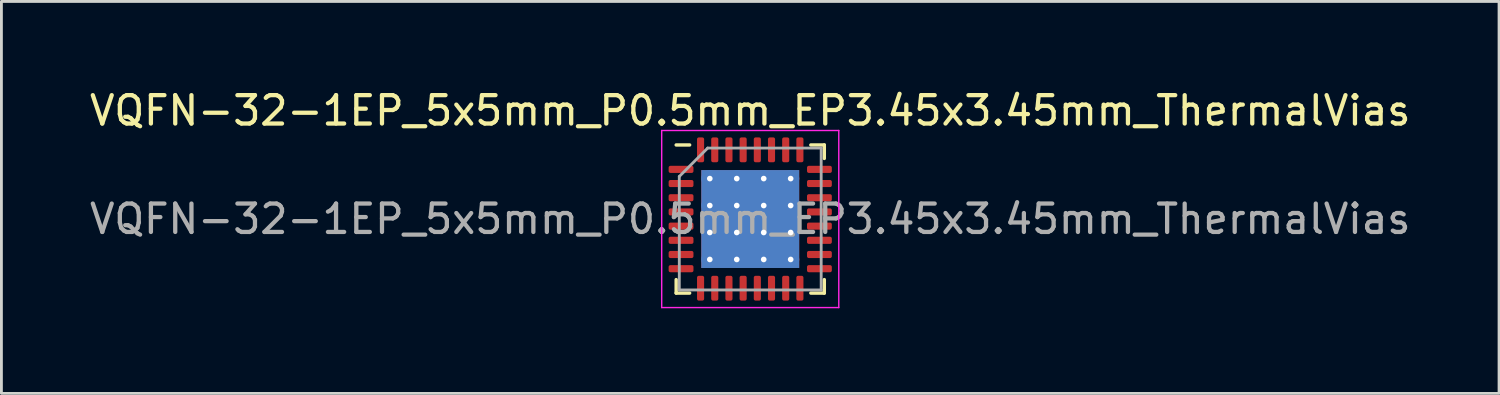
<source format=kicad_pcb>
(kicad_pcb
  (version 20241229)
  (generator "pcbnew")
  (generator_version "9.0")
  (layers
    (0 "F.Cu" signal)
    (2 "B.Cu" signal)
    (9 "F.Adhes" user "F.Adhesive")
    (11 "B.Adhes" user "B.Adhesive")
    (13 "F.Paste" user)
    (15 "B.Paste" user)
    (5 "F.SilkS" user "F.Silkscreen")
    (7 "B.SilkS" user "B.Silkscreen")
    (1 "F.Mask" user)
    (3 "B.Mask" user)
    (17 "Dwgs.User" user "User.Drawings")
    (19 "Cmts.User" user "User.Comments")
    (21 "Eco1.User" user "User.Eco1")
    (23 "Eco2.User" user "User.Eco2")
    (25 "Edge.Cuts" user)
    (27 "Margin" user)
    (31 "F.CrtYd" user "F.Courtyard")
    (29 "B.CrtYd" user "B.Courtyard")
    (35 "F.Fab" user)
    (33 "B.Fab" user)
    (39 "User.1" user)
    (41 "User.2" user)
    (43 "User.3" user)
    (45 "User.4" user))
  (footprint "VQFN-32-1EP_5x5mm_P0.5mm_EP3.45x3.45mm_ThermalVias"
    (layer "F.Cu")
    (at 23.387 4.668)
    (property "Reference" "VQFN-32-1EP_5x5mm_P0.5mm_EP3.45x3.45mm_ThermalVias" (at 0 -3.82 0) (layer "F.SilkS") (effects (font (size 1 1) (thickness 0.15))))
    (attr smd)
    (fp_line (start -2.61 2.61) (end -2.61 2.135) (stroke (width 0.12) (type solid)) (layer "F.SilkS"))
    (fp_line (start -2.135 -2.61) (end -2.61 -2.61) (stroke (width 0.12) (type solid)) (layer "F.SilkS"))
    (fp_line (start -2.135 2.61) (end -2.61 2.61) (stroke (width 0.12) (type solid)) (layer "F.SilkS"))
    (fp_line (start 2.135 -2.61) (end 2.61 -2.61) (stroke (width 0.12) (type solid)) (layer "F.SilkS"))
    (fp_line (start 2.135 2.61) (end 2.61 2.61) (stroke (width 0.12) (type solid)) (layer "F.SilkS"))
    (fp_line (start 2.61 -2.61) (end 2.61 -2.135) (stroke (width 0.12) (type solid)) (layer "F.SilkS"))
    (fp_line (start 2.61 2.61) (end 2.61 2.135) (stroke (width 0.12) (type solid)) (layer "F.SilkS"))
    (fp_line (start -3.12 -3.12) (end -3.12 3.12) (stroke (width 0.05) (type solid)) (layer "F.CrtYd"))
    (fp_line (start -3.12 3.12) (end 3.12 3.12) (stroke (width 0.05) (type solid)) (layer "F.CrtYd"))
    (fp_line (start 3.12 -3.12) (end -3.12 -3.12) (stroke (width 0.05) (type solid)) (layer "F.CrtYd"))
    (fp_line (start 3.12 3.12) (end 3.12 -3.12) (stroke (width 0.05) (type solid)) (layer "F.CrtYd"))
    (fp_line (start -2.5 -1.5) (end -1.5 -2.5) (stroke (width 0.1) (type solid)) (layer "F.Fab"))
    (fp_line (start -2.5 2.5) (end -2.5 -1.5) (stroke (width 0.1) (type solid)) (layer "F.Fab"))
    (fp_line (start -1.5 -2.5) (end 2.5 -2.5) (stroke (width 0.1) (type solid)) (layer "F.Fab"))
    (fp_line (start 2.5 -2.5) (end 2.5 2.5) (stroke (width 0.1) (type solid)) (layer "F.Fab"))
    (fp_line (start 2.5 2.5) (end -2.5 2.5) (stroke (width 0.1) (type solid)) (layer "F.Fab"))
    (fp_text user "${REFERENCE}" (at 0 0 0) (layer "F.Fab") (effects (font (size 1 1) (thickness 0.15))))
    (pad "" smd roundrect (at -1.15 -1.15) (size 0.93 0.93) (layers "F.Paste") (roundrect_rratio 0.25))
    (pad "" smd roundrect (at -1.15 0) (size 0.93 0.93) (layers "F.Paste") (roundrect_rratio 0.25))
    (pad "" smd roundrect (at -1.15 1.15) (size 0.93 0.93) (layers "F.Paste") (roundrect_rratio 0.25))
    (pad "" smd roundrect (at 0 -1.15) (size 0.93 0.93) (layers "F.Paste") (roundrect_rratio 0.25))
    (pad "" smd roundrect (at 0 0) (size 0.93 0.93) (layers "F.Paste") (roundrect_rratio 0.25))
    (pad "" smd roundrect (at 0 1.15) (size 0.93 0.93) (layers "F.Paste") (roundrect_rratio 0.25))
    (pad "" smd roundrect (at 1.15 -1.15) (size 0.93 0.93) (layers "F.Paste") (roundrect_rratio 0.25))
    (pad "" smd roundrect (at 1.15 0) (size 0.93 0.93) (layers "F.Paste") (roundrect_rratio 0.25))
    (pad "" smd roundrect (at 1.15 1.15) (size 0.93 0.93) (layers "F.Paste") (roundrect_rratio 0.25))
    (pad "1" smd roundrect (at -2.438 -1.75) (size 0.875 0.25) (layers "F.Cu" "F.Mask" "F.Paste") (roundrect_rratio 0.25))
    (pad "2" smd roundrect (at -2.438 -1.25) (size 0.875 0.25) (layers "F.Cu" "F.Mask" "F.Paste") (roundrect_rratio 0.25))
    (pad "3" smd roundrect (at -2.438 -0.75) (size 0.875 0.25) (layers "F.Cu" "F.Mask" "F.Paste") (roundrect_rratio 0.25))
    (pad "4" smd roundrect (at -2.438 -0.25) (size 0.875 0.25) (layers "F.Cu" "F.Mask" "F.Paste") (roundrect_rratio 0.25))
    (pad "5" smd roundrect (at -2.438 0.25) (size 0.875 0.25) (layers "F.Cu" "F.Mask" "F.Paste") (roundrect_rratio 0.25))
    (pad "6" smd roundrect (at -2.438 0.75) (size 0.875 0.25) (layers "F.Cu" "F.Mask" "F.Paste") (roundrect_rratio 0.25))
    (pad "7" smd roundrect (at -2.438 1.25) (size 0.875 0.25) (layers "F.Cu" "F.Mask" "F.Paste") (roundrect_rratio 0.25))
    (pad "8" smd roundrect (at -2.438 1.75) (size 0.875 0.25) (layers "F.Cu" "F.Mask" "F.Paste") (roundrect_rratio 0.25))
    (pad "9" smd roundrect (at -1.75 2.438) (size 0.25 0.875) (layers "F.Cu" "F.Mask" "F.Paste") (roundrect_rratio 0.25))
    (pad "10" smd roundrect (at -1.25 2.438) (size 0.25 0.875) (layers "F.Cu" "F.Mask" "F.Paste") (roundrect_rratio 0.25))
    (pad "11" smd roundrect (at -0.75 2.438) (size 0.25 0.875) (layers "F.Cu" "F.Mask" "F.Paste") (roundrect_rratio 0.25))
    (pad "12" smd roundrect (at -0.25 2.438) (size 0.25 0.875) (layers "F.Cu" "F.Mask" "F.Paste") (roundrect_rratio 0.25))
    (pad "13" smd roundrect (at 0.25 2.438) (size 0.25 0.875) (layers "F.Cu" "F.Mask" "F.Paste") (roundrect_rratio 0.25))
    (pad "14" smd roundrect (at 0.75 2.438) (size 0.25 0.875) (layers "F.Cu" "F.Mask" "F.Paste") (roundrect_rratio 0.25))
    (pad "15" smd roundrect (at 1.25 2.438) (size 0.25 0.875) (layers "F.Cu" "F.Mask" "F.Paste") (roundrect_rratio 0.25))
    (pad "16" smd roundrect (at 1.75 2.438) (size 0.25 0.875) (layers "F.Cu" "F.Mask" "F.Paste") (roundrect_rratio 0.25))
    (pad "17" smd roundrect (at 2.438 1.75) (size 0.875 0.25) (layers "F.Cu" "F.Mask" "F.Paste") (roundrect_rratio 0.25))
    (pad "18" smd roundrect (at 2.438 1.25) (size 0.875 0.25) (layers "F.Cu" "F.Mask" "F.Paste") (roundrect_rratio 0.25))
    (pad "19" smd roundrect (at 2.438 0.75) (size 0.875 0.25) (layers "F.Cu" "F.Mask" "F.Paste") (roundrect_rratio 0.25))
    (pad "20" smd roundrect (at 2.438 0.25) (size 0.875 0.25) (layers "F.Cu" "F.Mask" "F.Paste") (roundrect_rratio 0.25))
    (pad "21" smd roundrect (at 2.438 -0.25) (size 0.875 0.25) (layers "F.Cu" "F.Mask" "F.Paste") (roundrect_rratio 0.25))
    (pad "22" smd roundrect (at 2.438 -0.75) (size 0.875 0.25) (layers "F.Cu" "F.Mask" "F.Paste") (roundrect_rratio 0.25))
    (pad "23" smd roundrect (at 2.438 -1.25) (size 0.875 0.25) (layers "F.Cu" "F.Mask" "F.Paste") (roundrect_rratio 0.25))
    (pad "24" smd roundrect (at 2.438 -1.75) (size 0.875 0.25) (layers "F.Cu" "F.Mask" "F.Paste") (roundrect_rratio 0.25))
    (pad "25" smd roundrect (at 1.75 -2.438) (size 0.25 0.875) (layers "F.Cu" "F.Mask" "F.Paste") (roundrect_rratio 0.25))
    (pad "26" smd roundrect (at 1.25 -2.438) (size 0.25 0.875) (layers "F.Cu" "F.Mask" "F.Paste") (roundrect_rratio 0.25))
    (pad "27" smd roundrect (at 0.75 -2.438) (size 0.25 0.875) (layers "F.Cu" "F.Mask" "F.Paste") (roundrect_rratio 0.25))
    (pad "28" smd roundrect (at 0.25 -2.438) (size 0.25 0.875) (layers "F.Cu" "F.Mask" "F.Paste") (roundrect_rratio 0.25))
    (pad "29" smd roundrect (at -0.25 -2.438) (size 0.25 0.875) (layers "F.Cu" "F.Mask" "F.Paste") (roundrect_rratio 0.25))
    (pad "30" smd roundrect (at -0.75 -2.438) (size 0.25 0.875) (layers "F.Cu" "F.Mask" "F.Paste") (roundrect_rratio 0.25))
    (pad "31" smd roundrect (at -1.25 -2.438) (size 0.25 0.875) (layers "F.Cu" "F.Mask" "F.Paste") (roundrect_rratio 0.25))
    (pad "32" smd roundrect (at -1.75 -2.438) (size 0.25 0.875) (layers "F.Cu" "F.Mask" "F.Paste") (roundrect_rratio 0.25))
    (pad "33" thru_hole circle (at -1.425 -1.425) (size 0.6 0.6) (drill 0.2) (layers "*.Cu"))
    (pad "33" thru_hole circle (at -1.425 -0.475) (size 0.6 0.6) (drill 0.2) (layers "*.Cu"))
    (pad "33" thru_hole circle (at -1.425 0.475) (size 0.6 0.6) (drill 0.2) (layers "*.Cu"))
    (pad "33" thru_hole circle (at -1.425 1.425) (size 0.6 0.6) (drill 0.2) (layers "*.Cu"))
    (pad "33" thru_hole circle (at -0.475 -1.425) (size 0.6 0.6) (drill 0.2) (layers "*.Cu"))
    (pad "33" thru_hole circle (at -0.475 -0.475) (size 0.6 0.6) (drill 0.2) (layers "*.Cu"))
    (pad "33" thru_hole circle (at -0.475 0.475) (size 0.6 0.6) (drill 0.2) (layers "*.Cu"))
    (pad "33" thru_hole circle (at -0.475 1.425) (size 0.6 0.6) (drill 0.2) (layers "*.Cu"))
    (pad "33" smd rect (at 0 0) (size 3.45 3.45) (layers "F.Cu" "F.Mask"))
    (pad "33" smd rect (at 0 0) (size 3.45 3.45) (layers "B.Cu"))
    (pad "33" thru_hole circle (at 0.475 -1.425) (size 0.6 0.6) (drill 0.2) (layers "*.Cu"))
    (pad "33" thru_hole circle (at 0.475 -0.475) (size 0.6 0.6) (drill 0.2) (layers "*.Cu"))
    (pad "33" thru_hole circle (at 0.475 0.475) (size 0.6 0.6) (drill 0.2) (layers "*.Cu"))
    (pad "33" thru_hole circle (at 0.475 1.425) (size 0.6 0.6) (drill 0.2) (layers "*.Cu"))
    (pad "33" thru_hole circle (at 1.425 -1.425) (size 0.6 0.6) (drill 0.2) (layers "*.Cu"))
    (pad "33" thru_hole circle (at 1.425 -0.475) (size 0.6 0.6) (drill 0.2) (layers "*.Cu"))
    (pad "33" thru_hole circle (at 1.425 0.475) (size 0.6 0.6) (drill 0.2) (layers "*.Cu"))
    (pad "33" thru_hole circle (at 1.425 1.425) (size 0.6 0.6) (drill 0.2) (layers "*.Cu")))
  (gr_rect
    (start -3 -3)
    (end 49.774 10.813)
    (stroke (width 0.1) (type default))
    (fill no)
    (layer "Edge.Cuts")))
</source>
